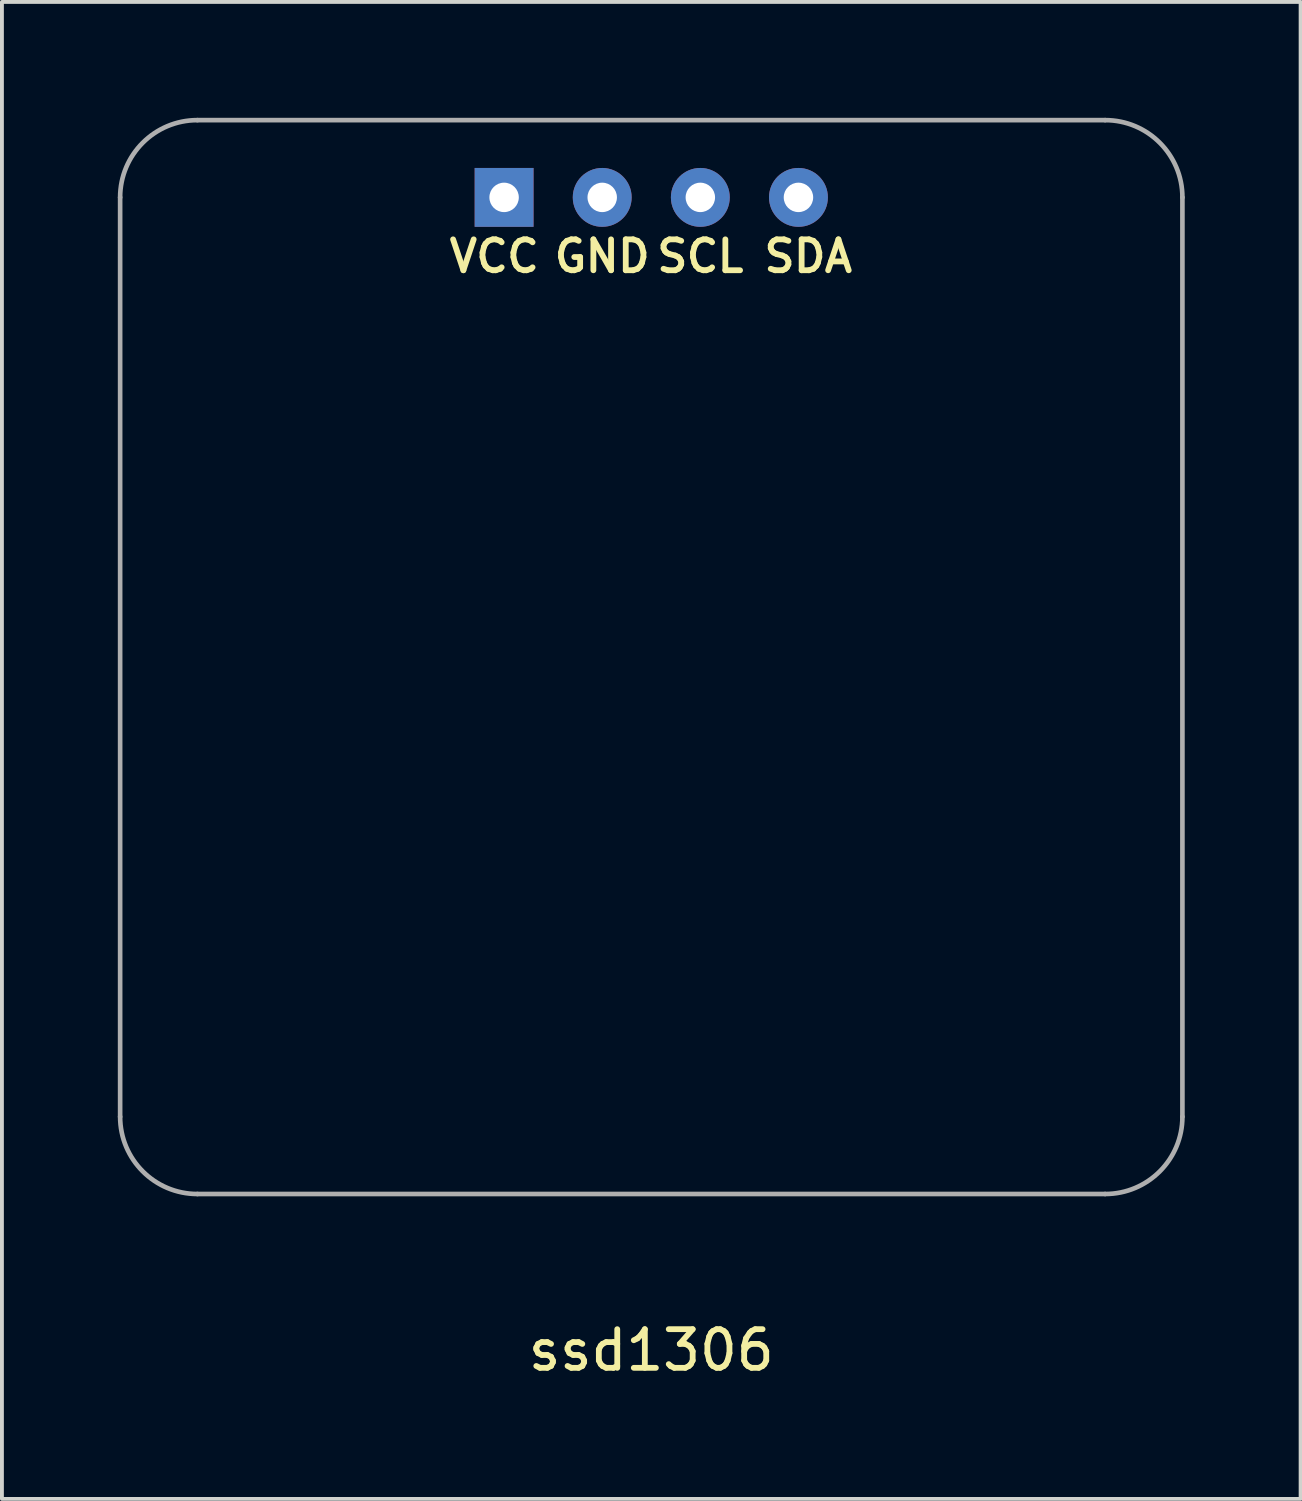
<source format=kicad_pcb>
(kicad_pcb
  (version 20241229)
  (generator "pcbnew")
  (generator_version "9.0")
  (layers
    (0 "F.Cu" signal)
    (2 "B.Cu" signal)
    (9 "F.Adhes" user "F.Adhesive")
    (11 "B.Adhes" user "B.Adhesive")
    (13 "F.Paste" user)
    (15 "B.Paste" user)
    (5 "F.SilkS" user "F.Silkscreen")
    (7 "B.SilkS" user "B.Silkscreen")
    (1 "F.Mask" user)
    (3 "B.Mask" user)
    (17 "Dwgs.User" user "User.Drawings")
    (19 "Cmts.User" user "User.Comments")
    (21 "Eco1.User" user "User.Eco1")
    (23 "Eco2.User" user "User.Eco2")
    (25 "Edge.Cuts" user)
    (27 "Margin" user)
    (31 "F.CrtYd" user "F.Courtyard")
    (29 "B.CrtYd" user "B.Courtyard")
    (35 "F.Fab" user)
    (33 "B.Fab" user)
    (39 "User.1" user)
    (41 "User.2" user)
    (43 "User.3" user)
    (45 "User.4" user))
  (footprint "ssd1306"
    (layer "F.Cu")
    (at 13.81 2.06)
    (property "Reference" "ssd1306" (at 0 29.845 0) (layer "F.SilkS") (effects (font (size 1 1) (thickness 0.15))))
    (attr through_hole)
    (fp_line (start -13.75 0) (end -13.75 23.8) (stroke (width 0.12) (type solid)) (layer "F.Fab"))
    (fp_line (start -11.75 -2) (end 11.75 -2) (stroke (width 0.12) (type solid)) (layer "F.Fab"))
    (fp_line (start -11.75 25.8) (end 11.75 25.8) (stroke (width 0.12) (type solid)) (layer "F.Fab"))
    (fp_line (start 13.75 0) (end 13.75 23.8) (stroke (width 0.12) (type solid)) (layer "F.Fab"))
    (fp_arc (start -13.75 0) (mid -13.164214 -1.414214) (end -11.75 -2) (stroke (width 0.12) (type solid)) (layer "F.Fab"))
    (fp_arc (start -11.75 25.8) (mid -13.164214 25.214214) (end -13.75 23.8) (stroke (width 0.12) (type solid)) (layer "F.Fab"))
    (fp_arc (start 11.75 -2) (mid 13.164214 -1.414214) (end 13.75 0) (stroke (width 0.12) (type solid)) (layer "F.Fab"))
    (fp_arc (start 13.75 23.8) (mid 13.164214 25.214214) (end 11.75 25.8) (stroke (width 0.12) (type solid)) (layer "F.Fab"))
    (fp_text user "SDA" (at 4.064 1.524 0) (layer "F.SilkS") (effects (font (size 0.8 0.8) (thickness 0.15))))
    (fp_text user "GND" (at -1.27 1.524 0) (layer "F.SilkS") (effects (font (size 0.8 0.8) (thickness 0.15))))
    (fp_text user "SCL" (at 1.27 1.524 0) (layer "F.SilkS") (effects (font (size 0.8 0.8) (thickness 0.15))))
    (fp_text user "VCC" (at -4.064 1.524 0) (layer "F.SilkS") (effects (font (size 0.8 0.8) (thickness 0.15))))
    (pad "1" thru_hole rect (at -3.81 0) (size 1.524 1.524) (drill 0.762) (layers "*.Cu" "*.Mask"))
    (pad "2" thru_hole circle (at -1.27 0) (size 1.524 1.524) (drill 0.762) (layers "*.Cu" "*.Mask"))
    (pad "3" thru_hole circle (at 1.27 0) (size 1.524 1.524) (drill 0.762) (layers "*.Cu" "*.Mask"))
    (pad "4" thru_hole circle (at 3.81 0) (size 1.524 1.524) (drill 0.762) (layers "*.Cu" "*.Mask")))
  (gr_rect
    (start -3 -3)
    (end 30.62 35.753)
    (stroke (width 0.1) (type default))
    (fill no)
    (layer "Edge.Cuts")))
</source>
